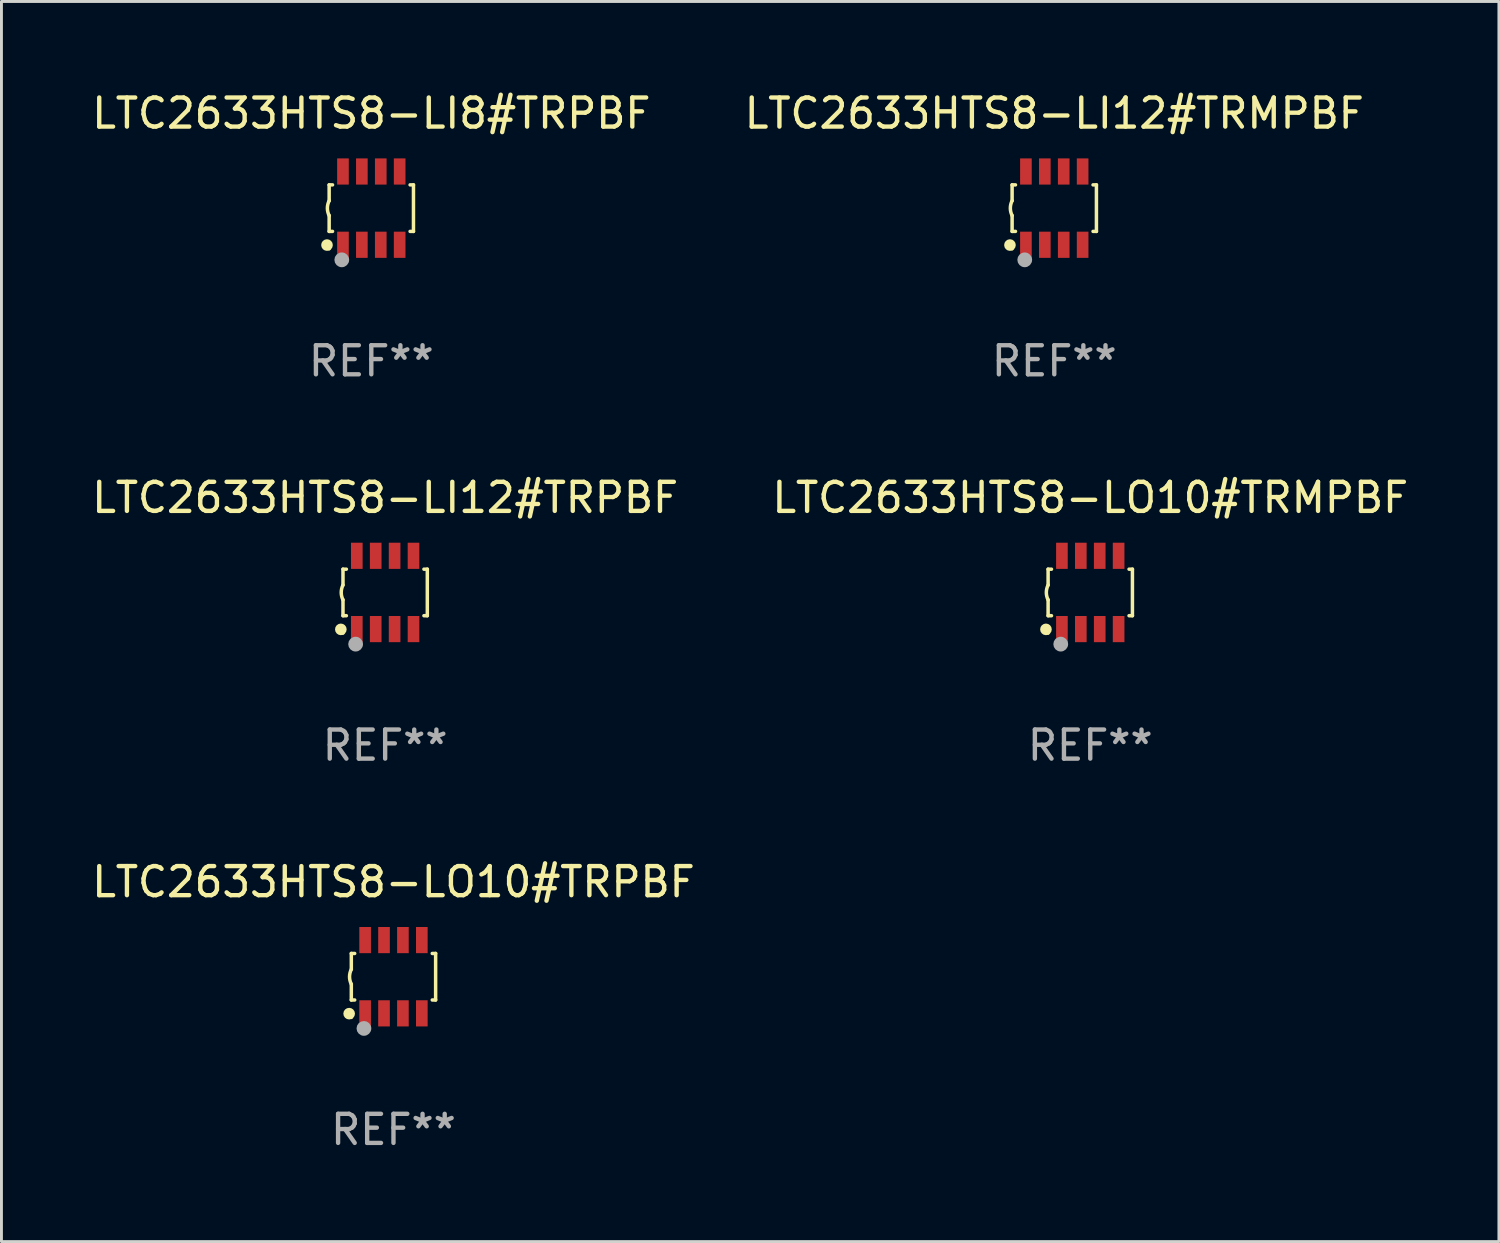
<source format=kicad_pcb>
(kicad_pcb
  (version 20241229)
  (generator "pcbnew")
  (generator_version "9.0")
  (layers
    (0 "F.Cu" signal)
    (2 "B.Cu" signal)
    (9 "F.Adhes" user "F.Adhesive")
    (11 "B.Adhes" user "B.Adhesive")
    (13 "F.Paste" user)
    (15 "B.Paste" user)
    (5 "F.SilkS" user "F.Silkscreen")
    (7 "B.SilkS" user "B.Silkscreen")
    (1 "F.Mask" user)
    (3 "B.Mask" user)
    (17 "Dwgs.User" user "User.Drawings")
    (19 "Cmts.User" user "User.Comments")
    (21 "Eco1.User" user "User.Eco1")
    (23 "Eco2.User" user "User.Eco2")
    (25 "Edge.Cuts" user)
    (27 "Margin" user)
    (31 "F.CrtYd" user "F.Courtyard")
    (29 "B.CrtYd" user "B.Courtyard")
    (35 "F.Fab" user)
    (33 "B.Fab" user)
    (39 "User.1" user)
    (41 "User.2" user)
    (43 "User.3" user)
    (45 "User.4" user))
  (footprint "LTC2633HTS8-LI12#TRMPBF"
    (layer "F.Cu")
    (at 33.208 4.108)
    (property "Reference" "LTC2633HTS8-LI12#TRMPBF" (at 0 -3.26 0) (layer "F.SilkS") (effects (font (size 1 1) (thickness 0.15))))
    (attr through_hole)
    (fp_line (start -1.45 -0.8) (end -1.45 -0.254) (stroke (width 0.12) (type solid)) (layer "F.SilkS"))
    (fp_line (start -1.45 -0.8) (end -1.334 -0.8) (stroke (width 0.12) (type solid)) (layer "F.SilkS"))
    (fp_line (start -1.45 0.8) (end -1.45 0.254) (stroke (width 0.12) (type solid)) (layer "F.SilkS"))
    (fp_line (start -1.45 0.8) (end -1.334 0.8) (stroke (width 0.12) (type solid)) (layer "F.SilkS"))
    (fp_line (start 1.334 -0.8) (end 1.45 -0.8) (stroke (width 0.12) (type solid)) (layer "F.SilkS"))
    (fp_line (start 1.334 0.8) (end 1.45 0.8) (stroke (width 0.12) (type solid)) (layer "F.SilkS"))
    (fp_line (start 1.45 0.8) (end 1.45 -0.8) (stroke (width 0.12) (type solid)) (layer "F.SilkS"))
    (fp_arc (start -1.45075 0.255144) (mid -1.510605 0.000434) (end -1.450013 -0.254102) (stroke (width 0.11999) (type solid)) (layer "F.SilkS"))
    (fp_circle (center -1.524 1.27) (end -1.424 1.27) (stroke (width 0.2) (type solid)) (fill no) (layer "F.SilkS"))
    (fp_circle (center -1.45 1.4) (end -1.42 1.4) (stroke (width 0.06) (type solid)) (fill no) (layer "F.SilkS"))
    (fp_circle (center -1.016 1.778) (end -0.889 1.778) (stroke (width 0.254) (type solid)) (fill no) (layer "F.Fab"))
    (fp_text user "REF**" (at 0 5.26 0) (layer "F.Fab") (effects (font (size 1 1) (thickness 0.15))))
    (pad "1" smd rect (at -0.975 1.26) (size 0.4 0.9) (layers "F.Cu" "F.Mask" "F.Paste"))
    (pad "2" smd rect (at -0.325 1.26) (size 0.4 0.9) (layers "F.Cu" "F.Mask" "F.Paste"))
    (pad "3" smd rect (at 0.325 1.26) (size 0.4 0.9) (layers "F.Cu" "F.Mask" "F.Paste"))
    (pad "4" smd rect (at 0.975 1.26) (size 0.4 0.9) (layers "F.Cu" "F.Mask" "F.Paste"))
    (pad "5" smd rect (at 0.975 -1.26) (size 0.4 0.9) (layers "F.Cu" "F.Mask" "F.Paste"))
    (pad "6" smd rect (at 0.325 -1.26) (size 0.4 0.9) (layers "F.Cu" "F.Mask" "F.Paste"))
    (pad "7" smd rect (at -0.325 -1.26) (size 0.4 0.9) (layers "F.Cu" "F.Mask" "F.Paste"))
    (pad "8" smd rect (at -0.975 -1.26) (size 0.4 0.9) (layers "F.Cu" "F.Mask" "F.Paste")))
  (footprint "LTC2633HTS8-LI12#TRPBF"
    (layer "F.Cu")
    (at 10.196 17.325)
    (property "Reference" "LTC2633HTS8-LI12#TRPBF" (at 0 -3.26 0) (layer "F.SilkS") (effects (font (size 1 1) (thickness 0.15))))
    (attr through_hole)
    (fp_line (start -1.45 -0.8) (end -1.45 -0.254) (stroke (width 0.12) (type solid)) (layer "F.SilkS"))
    (fp_line (start -1.45 -0.8) (end -1.334 -0.8) (stroke (width 0.12) (type solid)) (layer "F.SilkS"))
    (fp_line (start -1.45 0.8) (end -1.45 0.254) (stroke (width 0.12) (type solid)) (layer "F.SilkS"))
    (fp_line (start -1.45 0.8) (end -1.334 0.8) (stroke (width 0.12) (type solid)) (layer "F.SilkS"))
    (fp_line (start 1.334 -0.8) (end 1.45 -0.8) (stroke (width 0.12) (type solid)) (layer "F.SilkS"))
    (fp_line (start 1.334 0.8) (end 1.45 0.8) (stroke (width 0.12) (type solid)) (layer "F.SilkS"))
    (fp_line (start 1.45 0.8) (end 1.45 -0.8) (stroke (width 0.12) (type solid)) (layer "F.SilkS"))
    (fp_arc (start -1.45075 0.255144) (mid -1.510605 0.000434) (end -1.450013 -0.254102) (stroke (width 0.11999) (type solid)) (layer "F.SilkS"))
    (fp_circle (center -1.524 1.27) (end -1.424 1.27) (stroke (width 0.2) (type solid)) (fill no) (layer "F.SilkS"))
    (fp_circle (center -1.45 1.4) (end -1.42 1.4) (stroke (width 0.06) (type solid)) (fill no) (layer "F.SilkS"))
    (fp_circle (center -1.016 1.778) (end -0.889 1.778) (stroke (width 0.254) (type solid)) (fill no) (layer "F.Fab"))
    (fp_text user "REF**" (at 0 5.26 0) (layer "F.Fab") (effects (font (size 1 1) (thickness 0.15))))
    (pad "1" smd rect (at -0.975 1.26) (size 0.4 0.9) (layers "F.Cu" "F.Mask" "F.Paste"))
    (pad "2" smd rect (at -0.325 1.26) (size 0.4 0.9) (layers "F.Cu" "F.Mask" "F.Paste"))
    (pad "3" smd rect (at 0.325 1.26) (size 0.4 0.9) (layers "F.Cu" "F.Mask" "F.Paste"))
    (pad "4" smd rect (at 0.975 1.26) (size 0.4 0.9) (layers "F.Cu" "F.Mask" "F.Paste"))
    (pad "5" smd rect (at 0.975 -1.26) (size 0.4 0.9) (layers "F.Cu" "F.Mask" "F.Paste"))
    (pad "6" smd rect (at 0.325 -1.26) (size 0.4 0.9) (layers "F.Cu" "F.Mask" "F.Paste"))
    (pad "7" smd rect (at -0.325 -1.26) (size 0.4 0.9) (layers "F.Cu" "F.Mask" "F.Paste"))
    (pad "8" smd rect (at -0.975 -1.26) (size 0.4 0.9) (layers "F.Cu" "F.Mask" "F.Paste")))
  (footprint "LTC2633HTS8-LO10#TRPBF"
    (layer "F.Cu")
    (at 10.482 30.541)
    (property "Reference" "LTC2633HTS8-LO10#TRPBF" (at 0 -3.26 0) (layer "F.SilkS") (effects (font (size 1 1) (thickness 0.15))))
    (attr through_hole)
    (fp_line (start -1.45 -0.8) (end -1.45 -0.254) (stroke (width 0.12) (type solid)) (layer "F.SilkS"))
    (fp_line (start -1.45 -0.8) (end -1.334 -0.8) (stroke (width 0.12) (type solid)) (layer "F.SilkS"))
    (fp_line (start -1.45 0.8) (end -1.45 0.254) (stroke (width 0.12) (type solid)) (layer "F.SilkS"))
    (fp_line (start -1.45 0.8) (end -1.334 0.8) (stroke (width 0.12) (type solid)) (layer "F.SilkS"))
    (fp_line (start 1.334 -0.8) (end 1.45 -0.8) (stroke (width 0.12) (type solid)) (layer "F.SilkS"))
    (fp_line (start 1.334 0.8) (end 1.45 0.8) (stroke (width 0.12) (type solid)) (layer "F.SilkS"))
    (fp_line (start 1.45 0.8) (end 1.45 -0.8) (stroke (width 0.12) (type solid)) (layer "F.SilkS"))
    (fp_arc (start -1.45075 0.255144) (mid -1.510605 0.000434) (end -1.450013 -0.254102) (stroke (width 0.11999) (type solid)) (layer "F.SilkS"))
    (fp_circle (center -1.524 1.27) (end -1.424 1.27) (stroke (width 0.2) (type solid)) (fill no) (layer "F.SilkS"))
    (fp_circle (center -1.45 1.4) (end -1.42 1.4) (stroke (width 0.06) (type solid)) (fill no) (layer "F.SilkS"))
    (fp_circle (center -1.016 1.778) (end -0.889 1.778) (stroke (width 0.254) (type solid)) (fill no) (layer "F.Fab"))
    (fp_text user "REF**" (at 0 5.26 0) (layer "F.Fab") (effects (font (size 1 1) (thickness 0.15))))
    (pad "1" smd rect (at -0.975 1.26) (size 0.4 0.9) (layers "F.Cu" "F.Mask" "F.Paste"))
    (pad "2" smd rect (at -0.325 1.26) (size 0.4 0.9) (layers "F.Cu" "F.Mask" "F.Paste"))
    (pad "3" smd rect (at 0.325 1.26) (size 0.4 0.9) (layers "F.Cu" "F.Mask" "F.Paste"))
    (pad "4" smd rect (at 0.975 1.26) (size 0.4 0.9) (layers "F.Cu" "F.Mask" "F.Paste"))
    (pad "5" smd rect (at 0.975 -1.26) (size 0.4 0.9) (layers "F.Cu" "F.Mask" "F.Paste"))
    (pad "6" smd rect (at 0.325 -1.26) (size 0.4 0.9) (layers "F.Cu" "F.Mask" "F.Paste"))
    (pad "7" smd rect (at -0.325 -1.26) (size 0.4 0.9) (layers "F.Cu" "F.Mask" "F.Paste"))
    (pad "8" smd rect (at -0.975 -1.26) (size 0.4 0.9) (layers "F.Cu" "F.Mask" "F.Paste")))
  (footprint "LTC2633HTS8-LO10#TRMPBF"
    (layer "F.Cu")
    (at 34.446 17.325)
    (property "Reference" "LTC2633HTS8-LO10#TRMPBF" (at 0 -3.26 0) (layer "F.SilkS") (effects (font (size 1 1) (thickness 0.15))))
    (attr through_hole)
    (fp_line (start -1.45 -0.8) (end -1.45 -0.254) (stroke (width 0.12) (type solid)) (layer "F.SilkS"))
    (fp_line (start -1.45 -0.8) (end -1.334 -0.8) (stroke (width 0.12) (type solid)) (layer "F.SilkS"))
    (fp_line (start -1.45 0.8) (end -1.45 0.254) (stroke (width 0.12) (type solid)) (layer "F.SilkS"))
    (fp_line (start -1.45 0.8) (end -1.334 0.8) (stroke (width 0.12) (type solid)) (layer "F.SilkS"))
    (fp_line (start 1.334 -0.8) (end 1.45 -0.8) (stroke (width 0.12) (type solid)) (layer "F.SilkS"))
    (fp_line (start 1.334 0.8) (end 1.45 0.8) (stroke (width 0.12) (type solid)) (layer "F.SilkS"))
    (fp_line (start 1.45 0.8) (end 1.45 -0.8) (stroke (width 0.12) (type solid)) (layer "F.SilkS"))
    (fp_arc (start -1.45075 0.255144) (mid -1.510605 0.000434) (end -1.450013 -0.254102) (stroke (width 0.11999) (type solid)) (layer "F.SilkS"))
    (fp_circle (center -1.524 1.27) (end -1.424 1.27) (stroke (width 0.2) (type solid)) (fill no) (layer "F.SilkS"))
    (fp_circle (center -1.45 1.4) (end -1.42 1.4) (stroke (width 0.06) (type solid)) (fill no) (layer "F.SilkS"))
    (fp_circle (center -1.016 1.778) (end -0.889 1.778) (stroke (width 0.254) (type solid)) (fill no) (layer "F.Fab"))
    (fp_text user "REF**" (at 0 5.26 0) (layer "F.Fab") (effects (font (size 1 1) (thickness 0.15))))
    (pad "1" smd rect (at -0.975 1.26) (size 0.4 0.9) (layers "F.Cu" "F.Mask" "F.Paste"))
    (pad "2" smd rect (at -0.325 1.26) (size 0.4 0.9) (layers "F.Cu" "F.Mask" "F.Paste"))
    (pad "3" smd rect (at 0.325 1.26) (size 0.4 0.9) (layers "F.Cu" "F.Mask" "F.Paste"))
    (pad "4" smd rect (at 0.975 1.26) (size 0.4 0.9) (layers "F.Cu" "F.Mask" "F.Paste"))
    (pad "5" smd rect (at 0.975 -1.26) (size 0.4 0.9) (layers "F.Cu" "F.Mask" "F.Paste"))
    (pad "6" smd rect (at 0.325 -1.26) (size 0.4 0.9) (layers "F.Cu" "F.Mask" "F.Paste"))
    (pad "7" smd rect (at -0.325 -1.26) (size 0.4 0.9) (layers "F.Cu" "F.Mask" "F.Paste"))
    (pad "8" smd rect (at -0.975 -1.26) (size 0.4 0.9) (layers "F.Cu" "F.Mask" "F.Paste")))
  (footprint "LTC2633HTS8-LI8#TRPBF"
    (layer "F.Cu")
    (at 9.72 4.108)
    (property "Reference" "LTC2633HTS8-LI8#TRPBF" (at 0 -3.26 0) (layer "F.SilkS") (effects (font (size 1 1) (thickness 0.15))))
    (attr through_hole)
    (fp_line (start -1.45 -0.8) (end -1.45 -0.254) (stroke (width 0.12) (type solid)) (layer "F.SilkS"))
    (fp_line (start -1.45 -0.8) (end -1.334 -0.8) (stroke (width 0.12) (type solid)) (layer "F.SilkS"))
    (fp_line (start -1.45 0.8) (end -1.45 0.254) (stroke (width 0.12) (type solid)) (layer "F.SilkS"))
    (fp_line (start -1.45 0.8) (end -1.334 0.8) (stroke (width 0.12) (type solid)) (layer "F.SilkS"))
    (fp_line (start 1.334 -0.8) (end 1.45 -0.8) (stroke (width 0.12) (type solid)) (layer "F.SilkS"))
    (fp_line (start 1.334 0.8) (end 1.45 0.8) (stroke (width 0.12) (type solid)) (layer "F.SilkS"))
    (fp_line (start 1.45 0.8) (end 1.45 -0.8) (stroke (width 0.12) (type solid)) (layer "F.SilkS"))
    (fp_arc (start -1.45075 0.255144) (mid -1.510605 0.000434) (end -1.450013 -0.254102) (stroke (width 0.11999) (type solid)) (layer "F.SilkS"))
    (fp_circle (center -1.524 1.27) (end -1.424 1.27) (stroke (width 0.2) (type solid)) (fill no) (layer "F.SilkS"))
    (fp_circle (center -1.45 1.4) (end -1.42 1.4) (stroke (width 0.06) (type solid)) (fill no) (layer "F.SilkS"))
    (fp_circle (center -1.016 1.778) (end -0.889 1.778) (stroke (width 0.254) (type solid)) (fill no) (layer "F.Fab"))
    (fp_text user "REF**" (at 0 5.26 0) (layer "F.Fab") (effects (font (size 1 1) (thickness 0.15))))
    (pad "1" smd rect (at -0.975 1.26) (size 0.4 0.9) (layers "F.Cu" "F.Mask" "F.Paste"))
    (pad "2" smd rect (at -0.325 1.26) (size 0.4 0.9) (layers "F.Cu" "F.Mask" "F.Paste"))
    (pad "3" smd rect (at 0.325 1.26) (size 0.4 0.9) (layers "F.Cu" "F.Mask" "F.Paste"))
    (pad "4" smd rect (at 0.975 1.26) (size 0.4 0.9) (layers "F.Cu" "F.Mask" "F.Paste"))
    (pad "5" smd rect (at 0.975 -1.26) (size 0.4 0.9) (layers "F.Cu" "F.Mask" "F.Paste"))
    (pad "6" smd rect (at 0.325 -1.26) (size 0.4 0.9) (layers "F.Cu" "F.Mask" "F.Paste"))
    (pad "7" smd rect (at -0.325 -1.26) (size 0.4 0.9) (layers "F.Cu" "F.Mask" "F.Paste"))
    (pad "8" smd rect (at -0.975 -1.26) (size 0.4 0.9) (layers "F.Cu" "F.Mask" "F.Paste")))
  (gr_rect
    (start -3 -3)
    (end 48.5 39.649)
    (stroke (width 0.1) (type default))
    (fill no)
    (layer "Edge.Cuts")))
</source>
